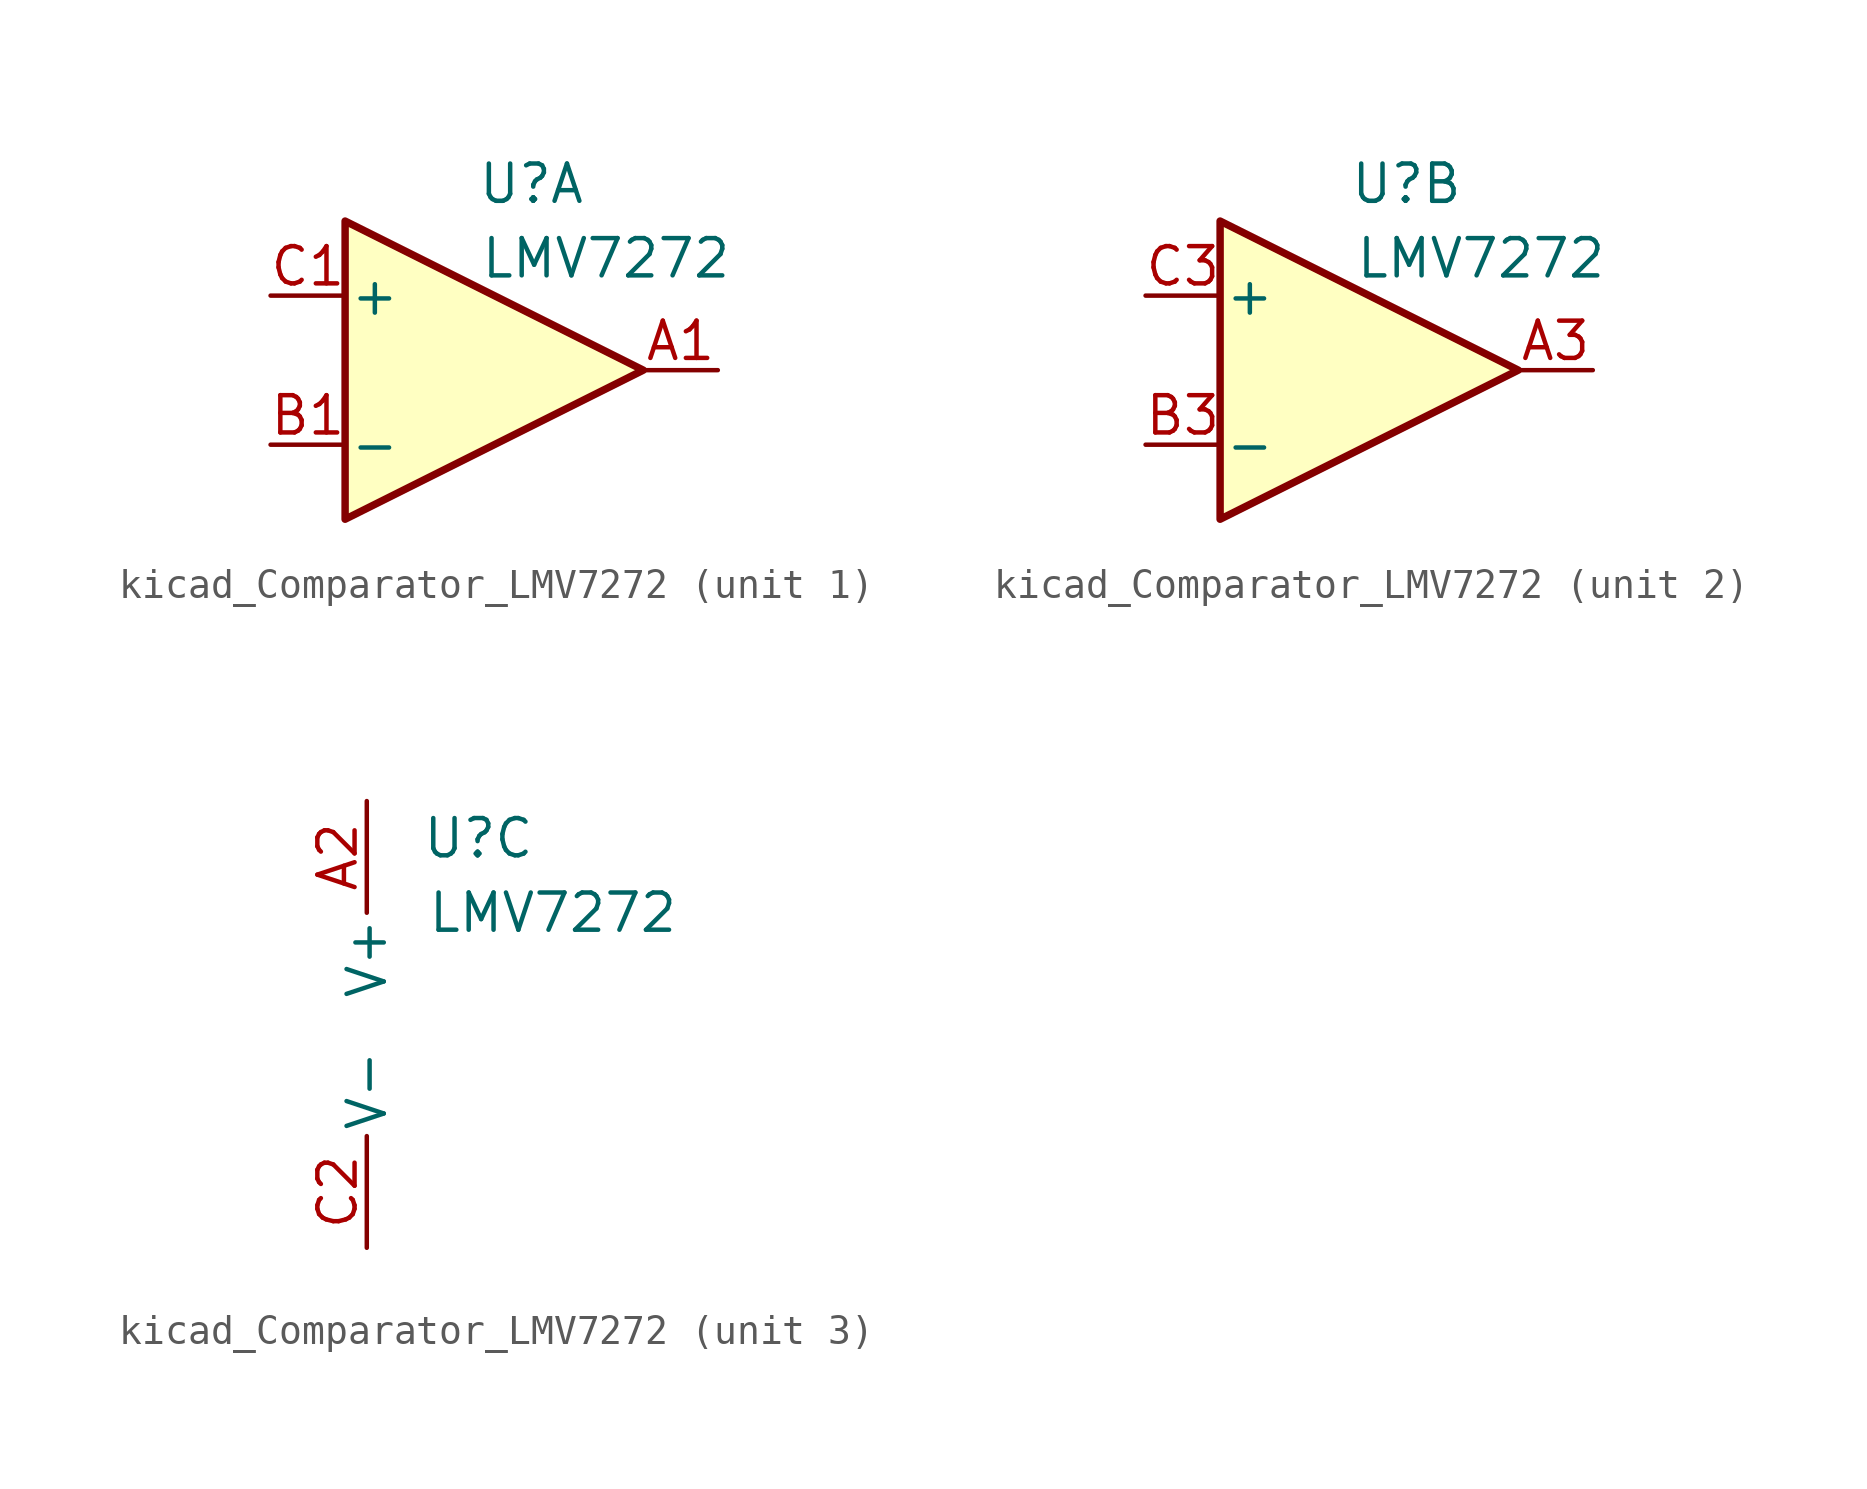
<source format=kicad_sym>
(kicad_symbol_lib
  (version 20220914)
  (generator kicad_symbol_editor)
  (symbol "kicad_Comparator_LMV7272"
    (pin_names
      (offset 0.127))
    (property "Reference" "U"
      (at 1.27 6.35 0)
      (effects (font (size 1.27 1.27))))
    (property "Value" "LMV7272"
      (at 3.81 3.81 0)
      (effects (font (size 1.27 1.27))))
    (property "ki_locked" ""
      (at 0 0 0)
      (effects (font (size 1.27 1.27))))
    (symbol "kicad_Comparator_LMV7272_1_1"
      (polyline (pts (xy -5.08 5.08) (xy 5.08 0) (xy -5.08 -5.08) (xy -5.08 5.08)) (stroke (width 0.254) (type default)) (fill (type background)))
      (pin output line (at 7.62 0 180) (length 2.54) (name "~" (effects (font (size 1.27 1.27)))) (number "A1" (effects (font (size 1.27 1.27)))))
      (pin input line (at -7.62 -2.54 0) (length 2.54) (name "-" (effects (font (size 1.27 1.27)))) (number "B1" (effects (font (size 1.27 1.27)))))
      (pin input line (at -7.62 2.54 0) (length 2.54) (name "+" (effects (font (size 1.27 1.27)))) (number "C1" (effects (font (size 1.27 1.27))))))
    (symbol "kicad_Comparator_LMV7272_2_1"
      (polyline (pts (xy -5.08 2.54) (xy -5.08 5.08) (xy 5.08 0) (xy -5.08 -5.08) (xy -5.08 2.54)) (stroke (width 0.254) (type default)) (fill (type background)))
      (pin output line (at 7.62 0 180) (length 2.54) (name "~" (effects (font (size 1.27 1.27)))) (number "A3" (effects (font (size 1.27 1.27)))))
      (pin input line (at -7.62 -2.54 0) (length 2.54) (name "-" (effects (font (size 1.27 1.27)))) (number "B3" (effects (font (size 1.27 1.27)))))
      (pin input line (at -7.62 2.54 0) (length 2.54) (name "+" (effects (font (size 1.27 1.27)))) (number "C3" (effects (font (size 1.27 1.27))))))
    (symbol "kicad_Comparator_LMV7272_3_1"
      (pin power_in line (at -2.54 7.62 270) (length 3.81) (name "V+" (effects (font (size 1.27 1.27)))) (number "A2" (effects (font (size 1.27 1.27)))))
      (pin power_in line (at -2.54 -7.62 90) (length 3.81) (name "V-" (effects (font (size 1.27 1.27)))) (number "C2" (effects (font (size 1.27 1.27))))))))
</source>
